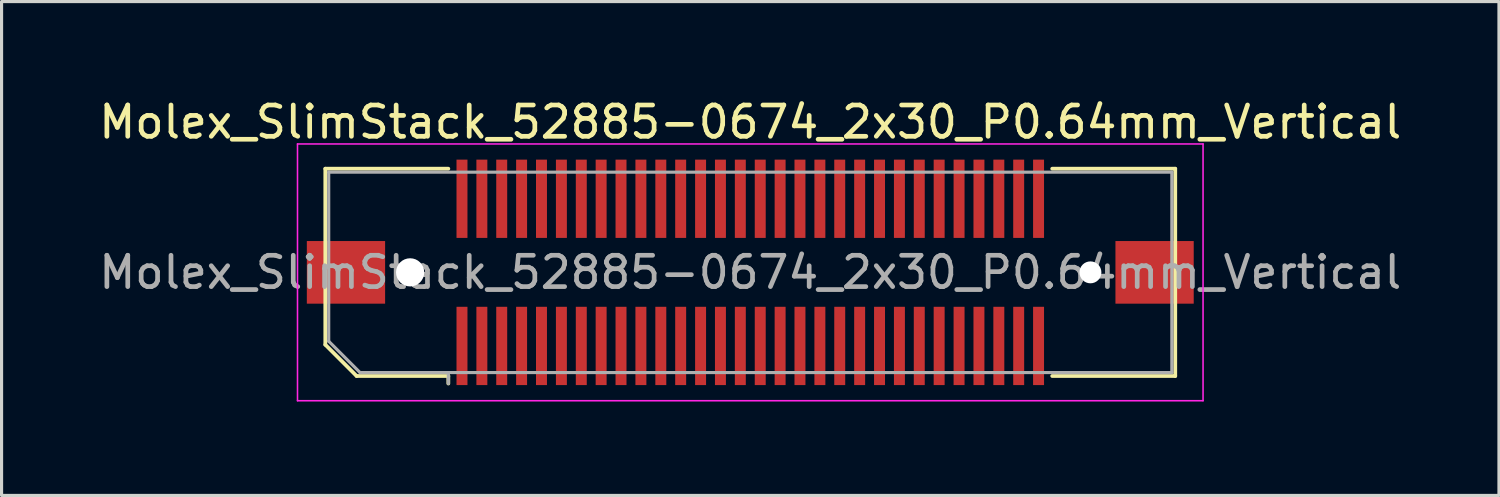
<source format=kicad_pcb>
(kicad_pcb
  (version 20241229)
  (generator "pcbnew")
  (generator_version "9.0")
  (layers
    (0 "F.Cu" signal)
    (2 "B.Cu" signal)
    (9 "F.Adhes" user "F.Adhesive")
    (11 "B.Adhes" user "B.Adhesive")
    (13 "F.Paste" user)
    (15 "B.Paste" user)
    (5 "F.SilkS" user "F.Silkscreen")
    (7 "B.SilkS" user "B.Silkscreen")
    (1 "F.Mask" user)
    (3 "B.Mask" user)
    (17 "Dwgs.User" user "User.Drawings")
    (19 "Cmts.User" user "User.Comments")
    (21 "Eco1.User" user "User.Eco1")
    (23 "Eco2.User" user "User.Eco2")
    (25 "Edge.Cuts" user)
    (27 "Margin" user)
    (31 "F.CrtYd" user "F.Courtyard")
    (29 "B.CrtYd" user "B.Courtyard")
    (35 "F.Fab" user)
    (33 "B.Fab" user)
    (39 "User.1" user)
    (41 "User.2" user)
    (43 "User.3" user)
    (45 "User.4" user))
  (footprint "Molex_SlimStack_52885-0674_2x30_P0.64mm_Vertical"
    (layer "F.Cu")
    (at 20.911 5.648)
    (property "Reference" "Molex_SlimStack_52885-0674_2x30_P0.64mm_Vertical" (at 0 -4.8 0) (layer "F.SilkS") (effects (font (size 1 1) (thickness 0.15))))
    (attr smd)
    (fp_line (start -13.572 -3.31) (end -9.643 -3.31) (stroke (width 0.12) (type solid)) (layer "F.SilkS"))
    (fp_line (start -13.572 2.31) (end -13.572 -3.31) (stroke (width 0.12) (type solid)) (layer "F.SilkS"))
    (fp_line (start -12.572 3.31) (end -13.572 2.31) (stroke (width 0.12) (type solid)) (layer "F.SilkS"))
    (fp_line (start -9.643 3.31) (end -12.572 3.31) (stroke (width 0.12) (type solid)) (layer "F.SilkS"))
    (fp_line (start -9.643 3.55) (end -9.643 3.31) (stroke (width 0.12) (type solid)) (layer "F.SilkS"))
    (fp_line (start 9.643 3.31) (end 13.572 3.31) (stroke (width 0.12) (type solid)) (layer "F.SilkS"))
    (fp_line (start 13.572 -3.31) (end 9.643 -3.31) (stroke (width 0.12) (type solid)) (layer "F.SilkS"))
    (fp_line (start 13.572 3.31) (end 13.572 -3.31) (stroke (width 0.12) (type solid)) (layer "F.SilkS"))
    (fp_line (start -14.46 -4.1) (end -14.46 4.1) (stroke (width 0.05) (type solid)) (layer "F.CrtYd"))
    (fp_line (start -14.46 4.1) (end 14.46 4.1) (stroke (width 0.05) (type solid)) (layer "F.CrtYd"))
    (fp_line (start 14.46 -4.1) (end -14.46 -4.1) (stroke (width 0.05) (type solid)) (layer "F.CrtYd"))
    (fp_line (start 14.46 4.1) (end 14.46 -4.1) (stroke (width 0.05) (type solid)) (layer "F.CrtYd"))
    (fp_line (start -13.463 -3.2) (end -13.463 2.2) (stroke (width 0.1) (type solid)) (layer "F.Fab"))
    (fp_line (start -13.463 2.2) (end -12.463 3.2) (stroke (width 0.1) (type solid)) (layer "F.Fab"))
    (fp_line (start -12.463 3.2) (end 13.463 3.2) (stroke (width 0.1) (type solid)) (layer "F.Fab"))
    (fp_line (start -9.643 3.2) (end -9.643 3.55) (stroke (width 0.1) (type solid)) (layer "F.Fab"))
    (fp_line (start 13.463 -3.2) (end -13.463 -3.2) (stroke (width 0.1) (type solid)) (layer "F.Fab"))
    (fp_line (start 13.463 3.2) (end 13.463 -3.2) (stroke (width 0.1) (type solid)) (layer "F.Fab"))
    (fp_text user "${REFERENCE}" (at 0 0 0) (layer "F.Fab") (effects (font (size 1 1) (thickness 0.15))))
    (pad "" smd rect (at -12.912 0) (size 2.5 2) (layers "F.Cu" "F.Mask" "F.Paste"))
    (pad "" np_thru_hole circle (at -10.863 0) (size 0.9 0.9) (drill 0.9) (layers "*.Cu" "*.Mask"))
    (pad "" np_thru_hole circle (at 10.863 0) (size 0.7 0.7) (drill 0.7) (layers "*.Cu" "*.Mask"))
    (pad "" smd rect (at 12.912 0) (size 2.5 2) (layers "F.Cu" "F.Mask" "F.Paste"))
    (pad "1" smd rect (at -9.207 2.35) (size 0.35 2.5) (layers "F.Cu" "F.Mask" "F.Paste"))
    (pad "2" smd rect (at -9.207 -2.35) (size 0.35 2.5) (layers "F.Cu" "F.Mask" "F.Paste"))
    (pad "3" smd rect (at -8.572 2.35) (size 0.35 2.5) (layers "F.Cu" "F.Mask" "F.Paste"))
    (pad "4" smd rect (at -8.572 -2.35) (size 0.35 2.5) (layers "F.Cu" "F.Mask" "F.Paste"))
    (pad "5" smd rect (at -7.938 2.35) (size 0.35 2.5) (layers "F.Cu" "F.Mask" "F.Paste"))
    (pad "6" smd rect (at -7.938 -2.35) (size 0.35 2.5) (layers "F.Cu" "F.Mask" "F.Paste"))
    (pad "7" smd rect (at -7.303 2.35) (size 0.35 2.5) (layers "F.Cu" "F.Mask" "F.Paste"))
    (pad "8" smd rect (at -7.303 -2.35) (size 0.35 2.5) (layers "F.Cu" "F.Mask" "F.Paste"))
    (pad "9" smd rect (at -6.668 2.35) (size 0.35 2.5) (layers "F.Cu" "F.Mask" "F.Paste"))
    (pad "10" smd rect (at -6.668 -2.35) (size 0.35 2.5) (layers "F.Cu" "F.Mask" "F.Paste"))
    (pad "11" smd rect (at -6.032 2.35) (size 0.35 2.5) (layers "F.Cu" "F.Mask" "F.Paste"))
    (pad "12" smd rect (at -6.032 -2.35) (size 0.35 2.5) (layers "F.Cu" "F.Mask" "F.Paste"))
    (pad "13" smd rect (at -5.397 2.35) (size 0.35 2.5) (layers "F.Cu" "F.Mask" "F.Paste"))
    (pad "14" smd rect (at -5.397 -2.35) (size 0.35 2.5) (layers "F.Cu" "F.Mask" "F.Paste"))
    (pad "15" smd rect (at -4.763 2.35) (size 0.35 2.5) (layers "F.Cu" "F.Mask" "F.Paste"))
    (pad "16" smd rect (at -4.763 -2.35) (size 0.35 2.5) (layers "F.Cu" "F.Mask" "F.Paste"))
    (pad "17" smd rect (at -4.128 2.35) (size 0.35 2.5) (layers "F.Cu" "F.Mask" "F.Paste"))
    (pad "18" smd rect (at -4.128 -2.35) (size 0.35 2.5) (layers "F.Cu" "F.Mask" "F.Paste"))
    (pad "19" smd rect (at -3.493 2.35) (size 0.35 2.5) (layers "F.Cu" "F.Mask" "F.Paste"))
    (pad "20" smd rect (at -3.493 -2.35) (size 0.35 2.5) (layers "F.Cu" "F.Mask" "F.Paste"))
    (pad "21" smd rect (at -2.857 2.35) (size 0.35 2.5) (layers "F.Cu" "F.Mask" "F.Paste"))
    (pad "22" smd rect (at -2.857 -2.35) (size 0.35 2.5) (layers "F.Cu" "F.Mask" "F.Paste"))
    (pad "23" smd rect (at -2.223 2.35) (size 0.35 2.5) (layers "F.Cu" "F.Mask" "F.Paste"))
    (pad "24" smd rect (at -2.223 -2.35) (size 0.35 2.5) (layers "F.Cu" "F.Mask" "F.Paste"))
    (pad "25" smd rect (at -1.587 2.35) (size 0.35 2.5) (layers "F.Cu" "F.Mask" "F.Paste"))
    (pad "26" smd rect (at -1.587 -2.35) (size 0.35 2.5) (layers "F.Cu" "F.Mask" "F.Paste"))
    (pad "27" smd rect (at -0.953 2.35) (size 0.35 2.5) (layers "F.Cu" "F.Mask" "F.Paste"))
    (pad "28" smd rect (at -0.953 -2.35) (size 0.35 2.5) (layers "F.Cu" "F.Mask" "F.Paste"))
    (pad "29" smd rect (at -0.318 2.35) (size 0.35 2.5) (layers "F.Cu" "F.Mask" "F.Paste"))
    (pad "30" smd rect (at -0.318 -2.35) (size 0.35 2.5) (layers "F.Cu" "F.Mask" "F.Paste"))
    (pad "31" smd rect (at 0.318 2.35) (size 0.35 2.5) (layers "F.Cu" "F.Mask" "F.Paste"))
    (pad "32" smd rect (at 0.318 -2.35) (size 0.35 2.5) (layers "F.Cu" "F.Mask" "F.Paste"))
    (pad "33" smd rect (at 0.953 2.35) (size 0.35 2.5) (layers "F.Cu" "F.Mask" "F.Paste"))
    (pad "34" smd rect (at 0.953 -2.35) (size 0.35 2.5) (layers "F.Cu" "F.Mask" "F.Paste"))
    (pad "35" smd rect (at 1.587 2.35) (size 0.35 2.5) (layers "F.Cu" "F.Mask" "F.Paste"))
    (pad "36" smd rect (at 1.587 -2.35) (size 0.35 2.5) (layers "F.Cu" "F.Mask" "F.Paste"))
    (pad "37" smd rect (at 2.223 2.35) (size 0.35 2.5) (layers "F.Cu" "F.Mask" "F.Paste"))
    (pad "38" smd rect (at 2.223 -2.35) (size 0.35 2.5) (layers "F.Cu" "F.Mask" "F.Paste"))
    (pad "39" smd rect (at 2.857 2.35) (size 0.35 2.5) (layers "F.Cu" "F.Mask" "F.Paste"))
    (pad "40" smd rect (at 2.857 -2.35) (size 0.35 2.5) (layers "F.Cu" "F.Mask" "F.Paste"))
    (pad "41" smd rect (at 3.493 2.35) (size 0.35 2.5) (layers "F.Cu" "F.Mask" "F.Paste"))
    (pad "42" smd rect (at 3.493 -2.35) (size 0.35 2.5) (layers "F.Cu" "F.Mask" "F.Paste"))
    (pad "43" smd rect (at 4.128 2.35) (size 0.35 2.5) (layers "F.Cu" "F.Mask" "F.Paste"))
    (pad "44" smd rect (at 4.128 -2.35) (size 0.35 2.5) (layers "F.Cu" "F.Mask" "F.Paste"))
    (pad "45" smd rect (at 4.763 2.35) (size 0.35 2.5) (layers "F.Cu" "F.Mask" "F.Paste"))
    (pad "46" smd rect (at 4.763 -2.35) (size 0.35 2.5) (layers "F.Cu" "F.Mask" "F.Paste"))
    (pad "47" smd rect (at 5.397 2.35) (size 0.35 2.5) (layers "F.Cu" "F.Mask" "F.Paste"))
    (pad "48" smd rect (at 5.397 -2.35) (size 0.35 2.5) (layers "F.Cu" "F.Mask" "F.Paste"))
    (pad "49" smd rect (at 6.032 2.35) (size 0.35 2.5) (layers "F.Cu" "F.Mask" "F.Paste"))
    (pad "50" smd rect (at 6.032 -2.35) (size 0.35 2.5) (layers "F.Cu" "F.Mask" "F.Paste"))
    (pad "51" smd rect (at 6.668 2.35) (size 0.35 2.5) (layers "F.Cu" "F.Mask" "F.Paste"))
    (pad "52" smd rect (at 6.668 -2.35) (size 0.35 2.5) (layers "F.Cu" "F.Mask" "F.Paste"))
    (pad "53" smd rect (at 7.303 2.35) (size 0.35 2.5) (layers "F.Cu" "F.Mask" "F.Paste"))
    (pad "54" smd rect (at 7.303 -2.35) (size 0.35 2.5) (layers "F.Cu" "F.Mask" "F.Paste"))
    (pad "55" smd rect (at 7.938 2.35) (size 0.35 2.5) (layers "F.Cu" "F.Mask" "F.Paste"))
    (pad "56" smd rect (at 7.938 -2.35) (size 0.35 2.5) (layers "F.Cu" "F.Mask" "F.Paste"))
    (pad "57" smd rect (at 8.572 2.35) (size 0.35 2.5) (layers "F.Cu" "F.Mask" "F.Paste"))
    (pad "58" smd rect (at 8.572 -2.35) (size 0.35 2.5) (layers "F.Cu" "F.Mask" "F.Paste"))
    (pad "59" smd rect (at 9.207 2.35) (size 0.35 2.5) (layers "F.Cu" "F.Mask" "F.Paste"))
    (pad "60" smd rect (at 9.207 -2.35) (size 0.35 2.5) (layers "F.Cu" "F.Mask" "F.Paste")))
  (gr_rect
    (start -3 -3)
    (end 44.821 12.773)
    (stroke (width 0.1) (type default))
    (fill no)
    (layer "Edge.Cuts")))
</source>
